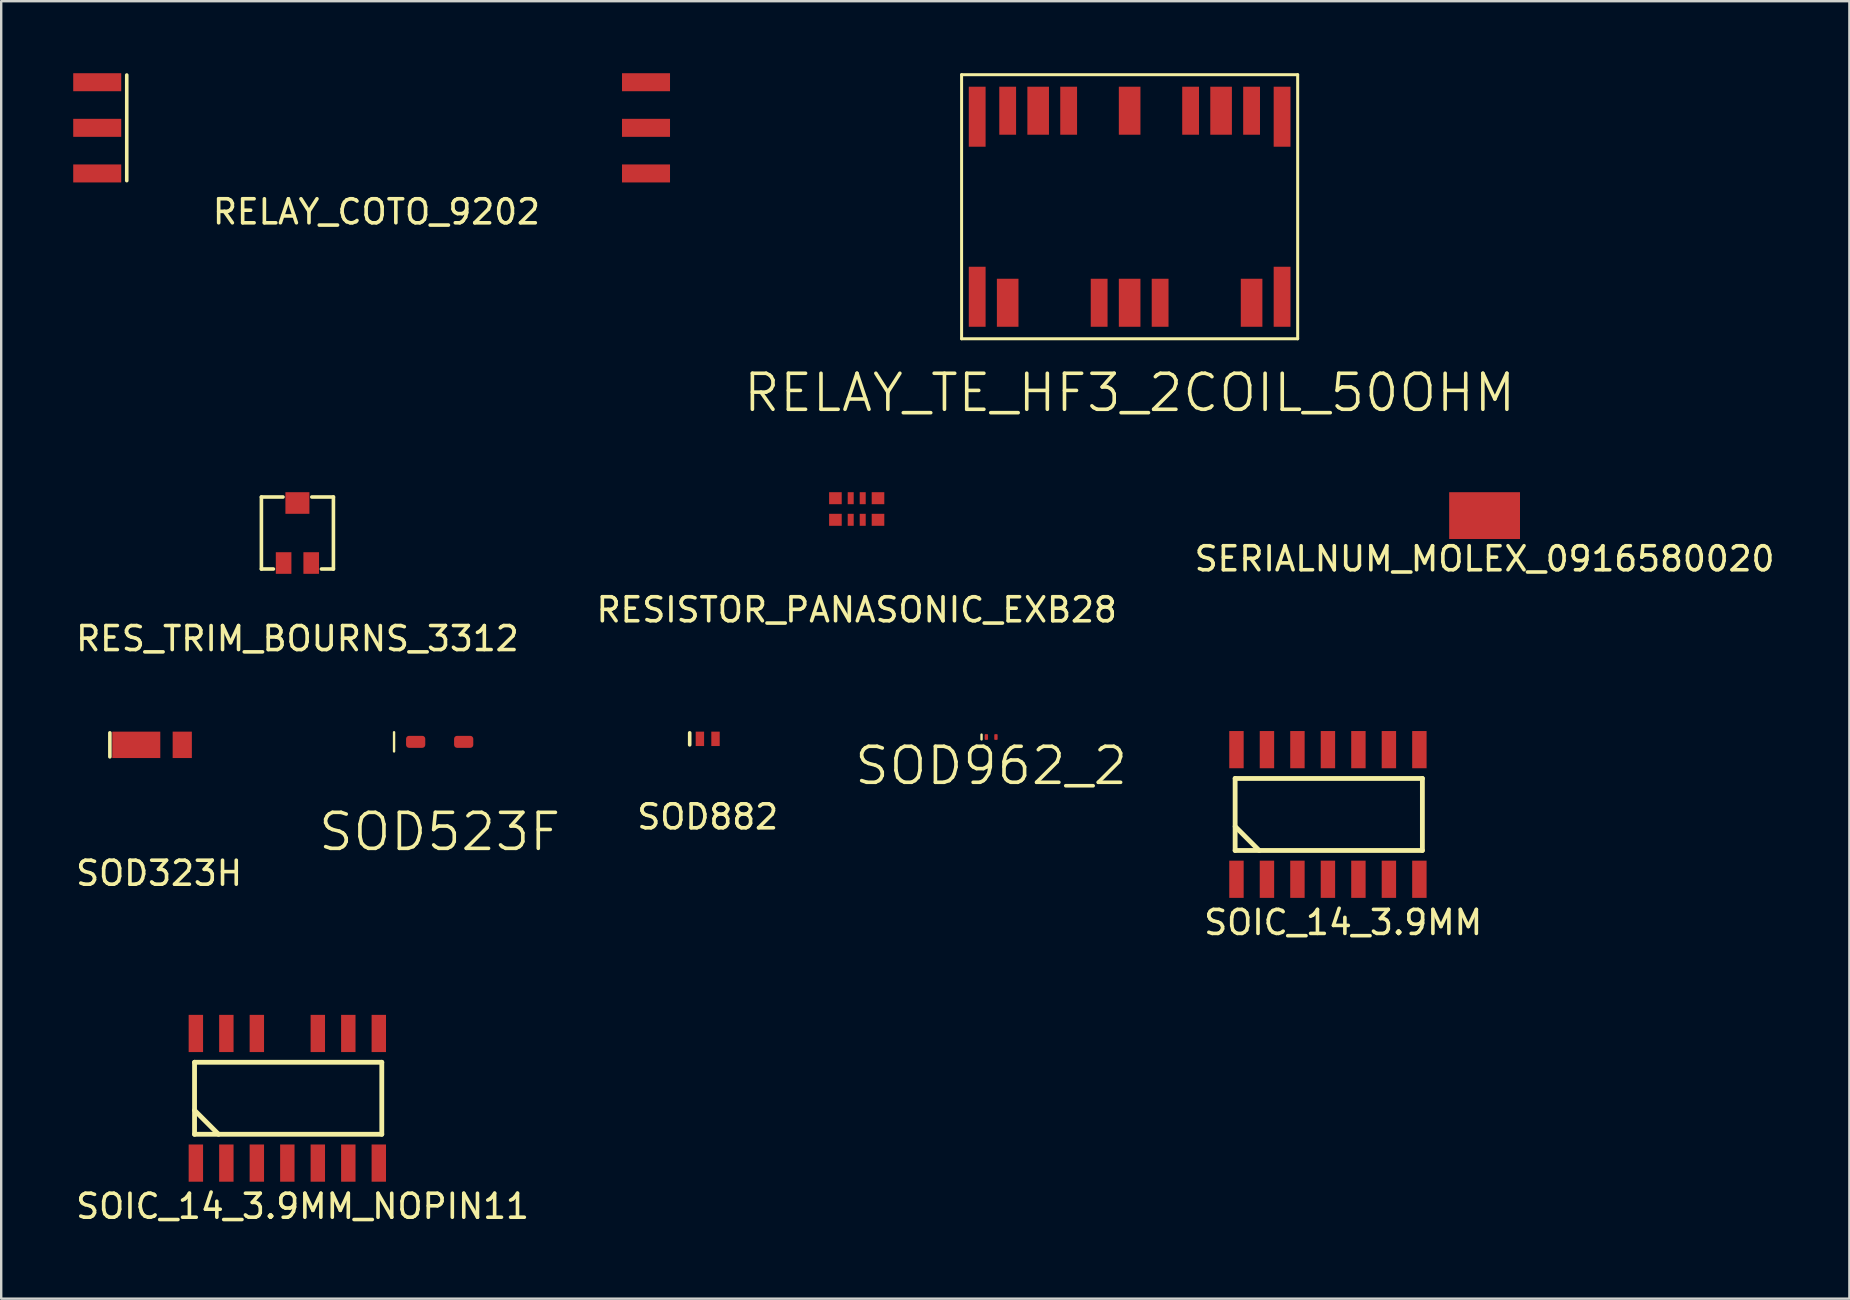
<source format=kicad_pcb>
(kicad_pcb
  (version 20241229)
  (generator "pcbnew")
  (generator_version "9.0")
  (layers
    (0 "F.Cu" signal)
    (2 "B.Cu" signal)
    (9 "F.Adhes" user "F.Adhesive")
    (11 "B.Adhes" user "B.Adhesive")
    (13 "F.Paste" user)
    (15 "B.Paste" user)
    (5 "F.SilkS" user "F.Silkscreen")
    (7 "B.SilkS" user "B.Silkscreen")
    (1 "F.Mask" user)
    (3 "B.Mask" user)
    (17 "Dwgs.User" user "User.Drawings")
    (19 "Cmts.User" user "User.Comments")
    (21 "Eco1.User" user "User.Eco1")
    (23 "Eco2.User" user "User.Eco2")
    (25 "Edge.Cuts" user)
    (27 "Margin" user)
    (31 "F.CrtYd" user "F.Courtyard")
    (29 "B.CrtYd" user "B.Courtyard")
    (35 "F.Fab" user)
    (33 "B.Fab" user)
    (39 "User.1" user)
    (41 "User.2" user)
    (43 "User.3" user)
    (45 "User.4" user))
  (footprint "SERIALNUM_MOLEX_0916580020"
    (layer "F.Cu")
    (at 58.792 18.428)
    (property "Reference" "SERIALNUM_MOLEX_0916580020" (at 0 1.8 0) (layer "F.SilkS") (effects (font (size 1 1) (thickness 0.15))))
    (attr through_hole)
    (pad "1" smd rect (at 0 0) (size 2.95 1.95) (layers "F.Cu" "F.Mask" "F.Paste")))
  (footprint "SOD882"
    (layer "F.Cu")
    (at 26.43 27.727)
    (property "Reference" "SOD882" (at 0 3.25 0) (layer "F.SilkS") (effects (font (size 1 1) (thickness 0.15))))
    (attr smd)
    (fp_line (start -0.75 -0.25) (end -0.75 0.25) (stroke (width 0.15) (type solid)) (layer "F.SilkS"))
    (pad "1" smd rect (at -0.325 0) (size 0.35 0.6) (layers "F.Cu" "F.Mask" "F.Paste"))
    (pad "2" smd rect (at 0.325 0) (size 0.35 0.6) (layers "F.Cu" "F.Mask" "F.Paste")))
  (footprint "RESISTOR_PANASONIC_EXB28"
    (layer "F.Cu")
    (at 32.637 18.153)
    (property "Reference" "RESISTOR_PANASONIC_EXB28" (at 0 4.2 0) (layer "F.SilkS") (effects (font (size 1 1) (thickness 0.15))))
    (attr through_hole)
    (pad "1" smd rect (at -0.887 0.45) (size 0.525 0.5) (layers "F.Cu" "F.Mask" "F.Paste"))
    (pad "2" smd rect (at -0.25 0.45) (size 0.25 0.5) (layers "F.Cu" "F.Mask" "F.Paste"))
    (pad "3" smd rect (at 0.25 0.45) (size 0.25 0.5) (layers "F.Cu" "F.Mask" "F.Paste"))
    (pad "4" smd rect (at 0.887 0.45) (size 0.525 0.5) (layers "F.Cu" "F.Mask" "F.Paste"))
    (pad "5" smd rect (at 0.887 -0.45) (size 0.525 0.5) (layers "F.Cu" "F.Mask" "F.Paste"))
    (pad "6" smd rect (at 0.25 -0.45) (size 0.25 0.5) (layers "F.Cu" "F.Mask" "F.Paste"))
    (pad "7" smd rect (at -0.25 -0.45) (size 0.25 0.5) (layers "F.Cu" "F.Mask" "F.Paste"))
    (pad "8" smd rect (at -0.887 -0.45) (size 0.525 0.5) (layers "F.Cu" "F.Mask" "F.Paste")))
  (footprint "RELAY_TE_HF3_2COIL_50OHM"
    (layer "F.Cu")
    (at 44.006 5.562)
    (property "Reference" "RELAY_TE_HF3_2COIL_50OHM" (at 0 7.75 0) (layer "F.SilkS") (effects (font (size 1.5 1.5) (thickness 0.15))))
    (attr through_hole)
    (fp_line (start -7 -5.5) (end -7 5.5) (stroke (width 0.125) (type solid)) (layer "F.SilkS"))
    (fp_line (start -7 5.5) (end 7 5.5) (stroke (width 0.125) (type solid)) (layer "F.SilkS"))
    (fp_line (start 7 -5.5) (end -7 -5.5) (stroke (width 0.125) (type solid)) (layer "F.SilkS"))
    (fp_line (start 7 5.5) (end 7 -5.5) (stroke (width 0.125) (type solid)) (layer "F.SilkS"))
    (pad "1" smd rect (at -6.35 3.75) (size 0.7 2.5) (layers "F.Cu" "F.Mask" "F.Paste"))
    (pad "2" smd rect (at -5.08 4) (size 0.9 2) (layers "F.Cu" "F.Mask" "F.Paste"))
    (pad "5" smd rect (at -1.27 4) (size 0.7 2) (layers "F.Cu" "F.Mask" "F.Paste"))
    (pad "6" smd rect (at 0 4) (size 0.9 2) (layers "F.Cu" "F.Mask" "F.Paste"))
    (pad "7" smd rect (at 1.27 4) (size 0.7 2) (layers "F.Cu" "F.Mask" "F.Paste"))
    (pad "10" smd rect (at 5.08 4) (size 0.9 2) (layers "F.Cu" "F.Mask" "F.Paste"))
    (pad "11" smd rect (at 6.35 3.75) (size 0.7 2.5) (layers "F.Cu" "F.Mask" "F.Paste"))
    (pad "12" smd rect (at 6.35 -3.75) (size 0.7 2.5) (layers "F.Cu" "F.Mask" "F.Paste"))
    (pad "13" smd rect (at 5.08 -4) (size 0.7 2) (layers "F.Cu" "F.Mask" "F.Paste"))
    (pad "14" smd rect (at 3.81 -4) (size 0.9 2) (layers "F.Cu" "F.Mask" "F.Paste"))
    (pad "15" smd rect (at 2.54 -4) (size 0.7 2) (layers "F.Cu" "F.Mask" "F.Paste"))
    (pad "17" smd rect (at 0 -4) (size 0.9 2) (layers "F.Cu" "F.Mask" "F.Paste"))
    (pad "19" smd rect (at -2.54 -4) (size 0.7 2) (layers "F.Cu" "F.Mask" "F.Paste"))
    (pad "20" smd rect (at -3.81 -4) (size 0.9 2) (layers "F.Cu" "F.Mask" "F.Paste"))
    (pad "21" smd rect (at -5.08 -4) (size 0.7 2) (layers "F.Cu" "F.Mask" "F.Paste"))
    (pad "22" smd rect (at -6.35 -3.75) (size 0.7 2.5) (layers "F.Cu" "F.Mask" "F.Paste")))
  (footprint "SOIC_14_3.9MM_NOPIN11"
    (layer "F.Cu")
    (at 8.919 42.7)
    (property "Reference" "SOIC_14_3.9MM_NOPIN11" (at 0.635 4.5 0) (layer "F.SilkS") (effects (font (size 1 1) (thickness 0.15))))
    (attr through_hole)
    (fp_line (start -3.865 -1.5) (end -3.865 1.5) (stroke (width 0.2) (type solid)) (layer "F.SilkS"))
    (fp_line (start -3.865 0.5) (end -2.865 1.5) (stroke (width 0.2) (type solid)) (layer "F.SilkS"))
    (fp_line (start -3.865 1.5) (end 3.935 1.5) (stroke (width 0.2) (type solid)) (layer "F.SilkS"))
    (fp_line (start 3.935 -1.5) (end -3.865 -1.5) (stroke (width 0.2) (type solid)) (layer "F.SilkS"))
    (fp_line (start 3.935 1.5) (end 3.935 -1.5) (stroke (width 0.2) (type solid)) (layer "F.SilkS"))
    (pad "" smd rect (at 0 -2.7) (size 0.6 1.55) (layers "F.Mask"))
    (pad "1" smd rect (at -3.81 2.7) (size 0.6 1.55) (layers "F.Cu" "F.Mask" "F.Paste"))
    (pad "2" smd rect (at -2.54 2.7) (size 0.6 1.55) (layers "F.Cu" "F.Mask" "F.Paste"))
    (pad "3" smd rect (at -1.27 2.7) (size 0.6 1.55) (layers "F.Cu" "F.Mask" "F.Paste"))
    (pad "4" smd rect (at 0 2.7) (size 0.6 1.55) (layers "F.Cu" "F.Mask" "F.Paste"))
    (pad "5" smd rect (at 1.27 2.7) (size 0.6 1.55) (layers "F.Cu" "F.Mask" "F.Paste"))
    (pad "6" smd rect (at 2.54 2.7) (size 0.6 1.55) (layers "F.Cu" "F.Mask" "F.Paste"))
    (pad "7" smd rect (at 3.81 2.7) (size 0.6 1.55) (layers "F.Cu" "F.Mask" "F.Paste"))
    (pad "8" smd rect (at 3.81 -2.7) (size 0.6 1.55) (layers "F.Cu" "F.Mask" "F.Paste"))
    (pad "9" smd rect (at 2.54 -2.7) (size 0.6 1.55) (layers "F.Cu" "F.Mask" "F.Paste"))
    (pad "10" smd rect (at 1.27 -2.7) (size 0.6 1.55) (layers "F.Cu" "F.Mask" "F.Paste"))
    (pad "12" smd rect (at -1.27 -2.7) (size 0.6 1.55) (layers "F.Cu" "F.Mask" "F.Paste"))
    (pad "13" smd rect (at -2.54 -2.7) (size 0.6 1.55) (layers "F.Cu" "F.Mask" "F.Paste"))
    (pad "14" smd rect (at -3.81 -2.7) (size 0.6 1.55) (layers "F.Cu" "F.Mask" "F.Paste")))
  (footprint "RELAY_COTO_9202"
    (layer "F.Cu")
    (at 12.43 2.275)
    (property "Reference" "RELAY_COTO_9202" (at 0.2 3.5 0) (layer "F.SilkS") (effects (font (size 1 1) (thickness 0.15))))
    (attr through_hole)
    (fp_line (start -10.2 -2.2) (end -10.2 2.2) (stroke (width 0.15) (type solid)) (layer "F.SilkS"))
    (pad "1" smd rect (at -11.43 -1.9) (size 2 0.75) (layers "F.Cu" "F.Mask" "F.Paste"))
    (pad "2" smd rect (at 11.43 -1.9) (size 2 0.75) (layers "F.Cu" "F.Mask" "F.Paste"))
    (pad "3" smd rect (at -11.43 0) (size 2 0.75) (layers "F.Cu" "F.Mask" "F.Paste"))
    (pad "4" smd rect (at 11.43 0) (size 2 0.75) (layers "F.Cu" "F.Mask" "F.Paste"))
    (pad "5" smd rect (at -11.43 1.9) (size 2 0.75) (layers "F.Cu" "F.Mask" "F.Paste"))
    (pad "6" smd rect (at 11.43 1.9) (size 2 0.75) (layers "F.Cu" "F.Mask" "F.Paste")))
  (footprint "SOD523F"
    (layer "F.Cu")
    (at 15.265 27.852)
    (property "Reference" "SOD523F" (at 0 3.75 0) (layer "F.SilkS") (effects (font (size 1.5 1.5) (thickness 0.15))))
    (attr through_hole)
    (fp_line (start -1.9 -0.4) (end -1.9 0.4) (stroke (width 0.1) (type solid)) (layer "F.SilkS"))
    (pad "1" smd roundrect (at -1 0) (size 0.8 0.5) (layers "F.Cu" "F.Mask" "F.Paste") (roundrect_rratio 0.25))
    (pad "2" smd roundrect (at 1 0) (size 0.8 0.5) (layers "F.Cu" "F.Mask" "F.Paste") (roundrect_rratio 0.25)))
  (footprint "SOIC_14_3.9MM"
    (layer "F.Cu")
    (at 52.266 30.877)
    (property "Reference" "SOIC_14_3.9MM" (at 0.635 4.5 0) (layer "F.SilkS") (effects (font (size 1 1) (thickness 0.15))))
    (attr through_hole)
    (fp_line (start -3.865 -1.5) (end -3.865 1.5) (stroke (width 0.2) (type solid)) (layer "F.SilkS"))
    (fp_line (start -3.865 0.5) (end -2.865 1.5) (stroke (width 0.2) (type solid)) (layer "F.SilkS"))
    (fp_line (start -3.865 1.5) (end 3.935 1.5) (stroke (width 0.2) (type solid)) (layer "F.SilkS"))
    (fp_line (start 3.935 -1.5) (end -3.865 -1.5) (stroke (width 0.2) (type solid)) (layer "F.SilkS"))
    (fp_line (start 3.935 1.5) (end 3.935 -1.5) (stroke (width 0.2) (type solid)) (layer "F.SilkS"))
    (pad "1" smd rect (at -3.81 2.7) (size 0.6 1.55) (layers "F.Cu" "F.Mask" "F.Paste"))
    (pad "2" smd rect (at -2.54 2.7) (size 0.6 1.55) (layers "F.Cu" "F.Mask" "F.Paste"))
    (pad "3" smd rect (at -1.27 2.7) (size 0.6 1.55) (layers "F.Cu" "F.Mask" "F.Paste"))
    (pad "4" smd rect (at 0 2.7) (size 0.6 1.55) (layers "F.Cu" "F.Mask" "F.Paste"))
    (pad "5" smd rect (at 1.27 2.7) (size 0.6 1.55) (layers "F.Cu" "F.Mask" "F.Paste"))
    (pad "6" smd rect (at 2.54 2.7) (size 0.6 1.55) (layers "F.Cu" "F.Mask" "F.Paste"))
    (pad "7" smd rect (at 3.81 2.7) (size 0.6 1.55) (layers "F.Cu" "F.Mask" "F.Paste"))
    (pad "8" smd rect (at 3.81 -2.7) (size 0.6 1.55) (layers "F.Cu" "F.Mask" "F.Paste"))
    (pad "9" smd rect (at 2.54 -2.7) (size 0.6 1.55) (layers "F.Cu" "F.Mask" "F.Paste"))
    (pad "10" smd rect (at 1.27 -2.7) (size 0.6 1.55) (layers "F.Cu" "F.Mask" "F.Paste"))
    (pad "11" smd rect (at 0 -2.7) (size 0.6 1.55) (layers "F.Cu" "F.Mask" "F.Paste"))
    (pad "12" smd rect (at -1.27 -2.7) (size 0.6 1.55) (layers "F.Cu" "F.Mask" "F.Paste"))
    (pad "13" smd rect (at -2.54 -2.7) (size 0.6 1.55) (layers "F.Cu" "F.Mask" "F.Paste"))
    (pad "14" smd rect (at -3.81 -2.7) (size 0.6 1.55) (layers "F.Cu" "F.Mask" "F.Paste")))
  (footprint "SOD323H"
    (layer "F.Cu")
    (at 3.127 27.977)
    (property "Reference" "SOD323H" (at 0.45 5.35 0) (layer "F.SilkS") (effects (font (size 1 1) (thickness 0.15))))
    (attr through_hole)
    (fp_line (start -1.6 -0.5) (end -1.6 0.5) (stroke (width 0.15) (type solid)) (layer "F.SilkS"))
    (pad "1" smd rect (at -0.5 0) (size 2 1.1) (layers "F.Cu" "F.Mask" "F.Paste"))
    (pad "2" smd rect (at 1.415 0) (size 0.8 1.1) (layers "F.Cu" "F.Mask" "F.Paste")))
  (footprint "RES_TRIM_BOURNS_3312"
    (layer "F.Cu")
    (at 9.339 19.153)
    (property "Reference" "RES_TRIM_BOURNS_3312" (at 0 4.4 0) (unlocked yes) (layer "F.SilkS") (effects (font (size 1 1) (thickness 0.15))))
    (attr smd)
    (fp_line (start -1.5 -1.5) (end -1.5 1.5) (stroke (width 0.15) (type solid)) (layer "F.SilkS"))
    (fp_line (start -1.5 -1.5) (end -0.6 -1.5) (stroke (width 0.15) (type solid)) (layer "F.SilkS"))
    (fp_line (start -1.5 1.5) (end -1 1.5) (stroke (width 0.15) (type solid)) (layer "F.SilkS"))
    (fp_line (start 0.6 -1.5) (end 1.5 -1.5) (stroke (width 0.15) (type solid)) (layer "F.SilkS"))
    (fp_line (start 1.5 -1.5) (end 1.5 1.5) (stroke (width 0.15) (type solid)) (layer "F.SilkS"))
    (fp_line (start 1.5 1.5) (end 1 1.5) (stroke (width 0.15) (type solid)) (layer "F.SilkS"))
    (pad "1" smd rect (at -0.575 1.25) (size 0.65 0.9) (layers "F.Cu" "F.Mask" "F.Paste"))
    (pad "2" smd rect (at 0 -1.25) (size 1 0.9) (layers "F.Cu" "F.Mask" "F.Paste"))
    (pad "3" smd rect (at 0.575 1.25) (size 0.65 0.9) (layers "F.Cu" "F.Mask" "F.Paste")))
  (footprint "SOD962_2"
    (layer "F.Cu")
    (at 38.237 27.651)
    (property "Reference" "SOD962_2" (at 0 1.2 0) (layer "F.SilkS") (effects (font (size 1.5 1.5) (thickness 0.15))))
    (attr through_hole)
    (fp_line (start -0.4 -0.1) (end -0.4 0.1) (stroke (width 0.1) (type solid)) (layer "F.SilkS"))
    (pad "1" smd roundrect (at -0.2 0) (size 0.14 0.24) (layers "F.Cu" "F.Mask" "F.Paste") (roundrect_rratio 0.25))
    (pad "2" smd roundrect (at 0.2 0) (size 0.14 0.24) (layers "F.Cu" "F.Mask" "F.Paste") (roundrect_rratio 0.25)))
  (gr_rect
    (start -3 -3)
    (end 73.988 51.048)
    (stroke (width 0.1) (type default))
    (fill no)
    (layer "Edge.Cuts")))
</source>
